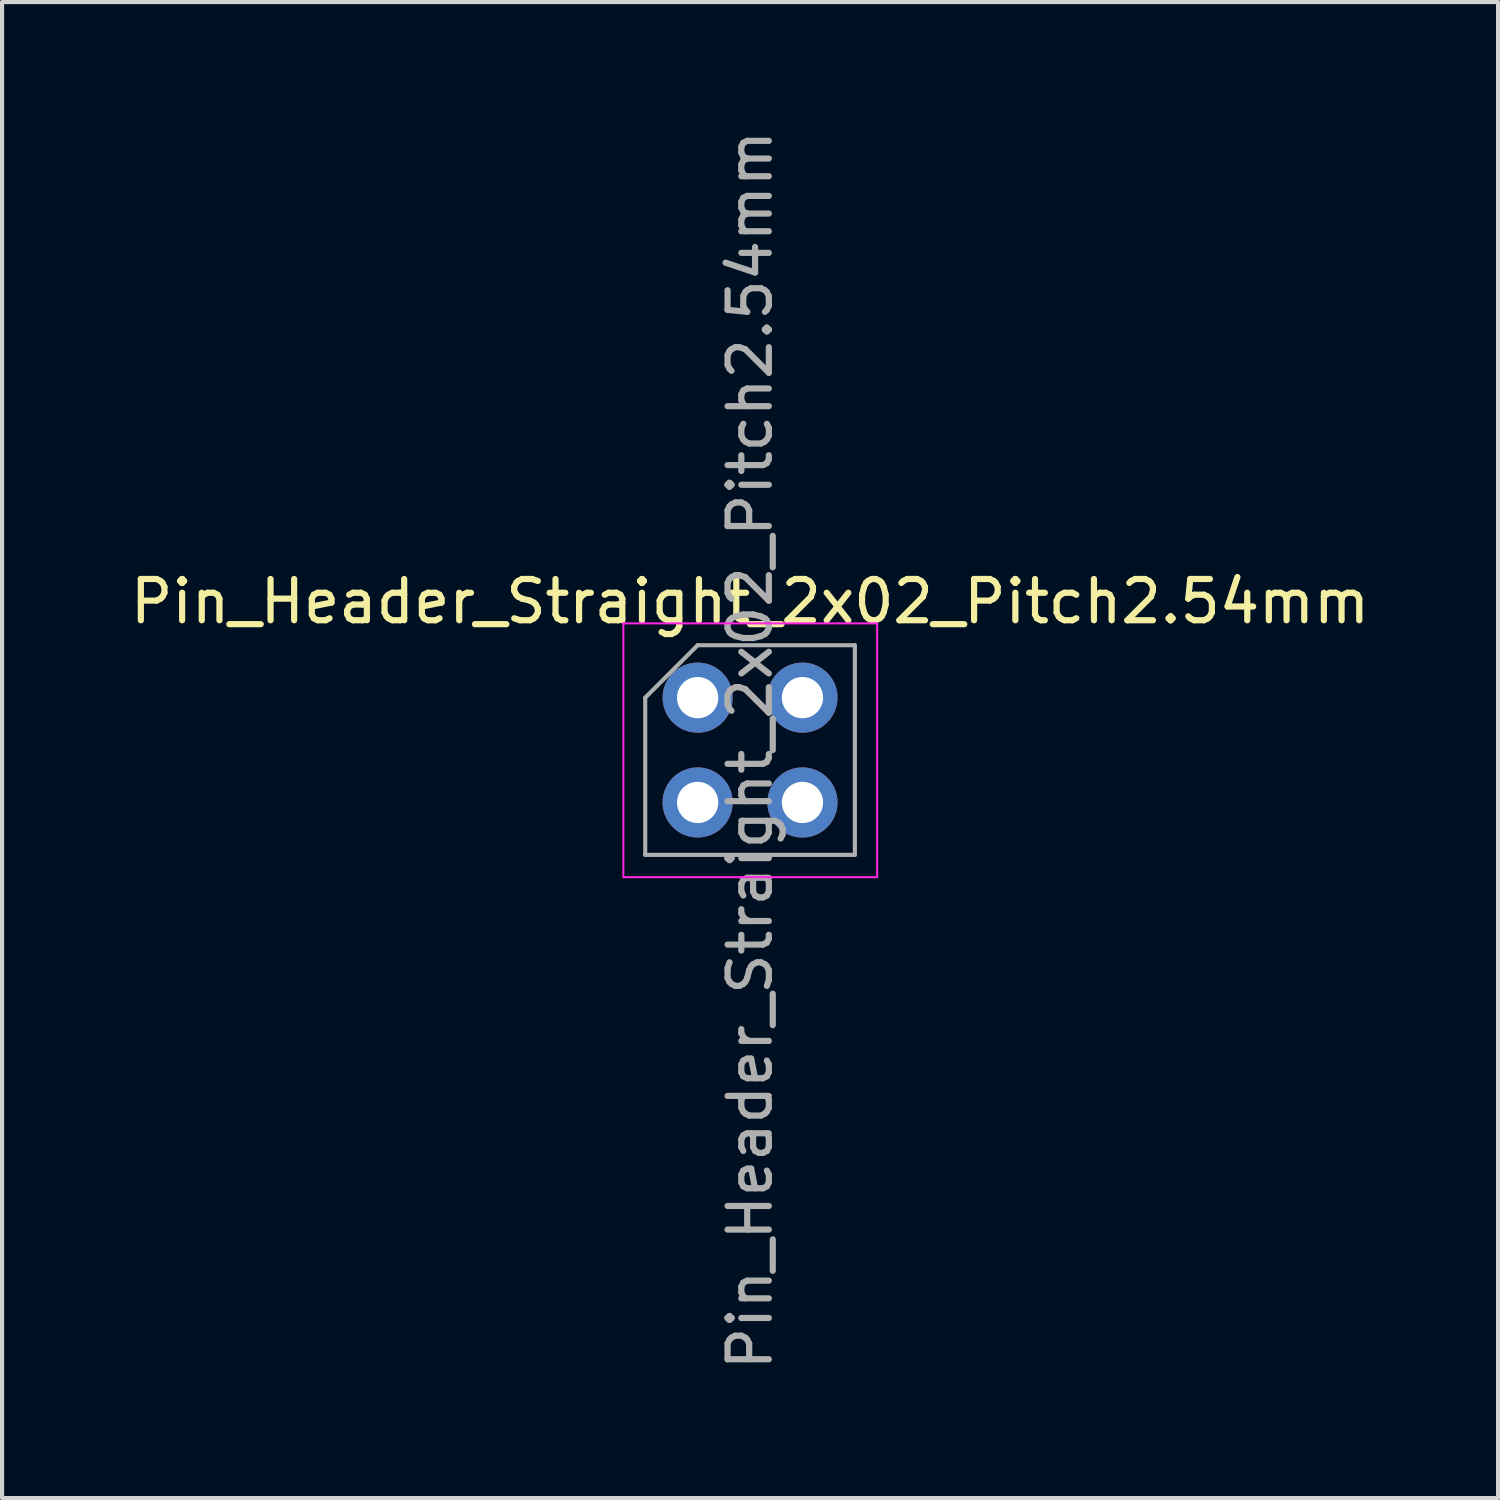
<source format=kicad_pcb>
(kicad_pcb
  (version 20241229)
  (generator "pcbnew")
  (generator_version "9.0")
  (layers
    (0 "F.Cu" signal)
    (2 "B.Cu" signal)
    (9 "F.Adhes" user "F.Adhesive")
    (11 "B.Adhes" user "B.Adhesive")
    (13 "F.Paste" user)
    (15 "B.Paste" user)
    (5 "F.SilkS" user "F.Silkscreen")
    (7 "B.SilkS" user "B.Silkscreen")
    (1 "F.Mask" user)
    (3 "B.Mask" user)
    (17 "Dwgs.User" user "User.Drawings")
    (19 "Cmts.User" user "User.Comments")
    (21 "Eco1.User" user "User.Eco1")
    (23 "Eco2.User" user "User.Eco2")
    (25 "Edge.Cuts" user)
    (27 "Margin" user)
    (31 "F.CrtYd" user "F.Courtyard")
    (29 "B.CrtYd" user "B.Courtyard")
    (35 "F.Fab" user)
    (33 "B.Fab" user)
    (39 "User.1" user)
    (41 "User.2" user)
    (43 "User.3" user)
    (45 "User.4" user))
  (footprint "Pin_Header_Straight_2x02_Pitch2.54mm"
    (layer "F.Cu")
    (at 13.855 13.855)
    (property "Reference" "Pin_Header_Straight_2x02_Pitch2.54mm" (at 1.27 -2.33 0) (layer "F.SilkS") (effects (font (size 1 1) (thickness 0.15))))
    (attr through_hole)
    (fp_line (start -1.8 -1.8) (end -1.8 4.35) (stroke (width 0.05) (type solid)) (layer "F.CrtYd"))
    (fp_line (start -1.8 4.35) (end 4.35 4.35) (stroke (width 0.05) (type solid)) (layer "F.CrtYd"))
    (fp_line (start 4.35 -1.8) (end -1.8 -1.8) (stroke (width 0.05) (type solid)) (layer "F.CrtYd"))
    (fp_line (start 4.35 4.35) (end 4.35 -1.8) (stroke (width 0.05) (type solid)) (layer "F.CrtYd"))
    (fp_line (start -1.27 0) (end 0 -1.27) (stroke (width 0.1) (type solid)) (layer "F.Fab"))
    (fp_line (start -1.27 3.81) (end -1.27 0) (stroke (width 0.1) (type solid)) (layer "F.Fab"))
    (fp_line (start 0 -1.27) (end 3.81 -1.27) (stroke (width 0.1) (type solid)) (layer "F.Fab"))
    (fp_line (start 3.81 -1.27) (end 3.81 3.81) (stroke (width 0.1) (type solid)) (layer "F.Fab"))
    (fp_line (start 3.81 3.81) (end -1.27 3.81) (stroke (width 0.1) (type solid)) (layer "F.Fab"))
    (fp_text user "${REFERENCE}" (at 1.27 1.27 90) (layer "F.Fab") (effects (font (size 1 1) (thickness 0.15))))
    (pad "1" thru_hole oval (at 0 0) (size 1.7 1.7) (drill 1) (layers "*.Cu" "*.Mask"))
    (pad "2" thru_hole oval (at 2.54 0) (size 1.7 1.7) (drill 1) (layers "*.Cu" "*.Mask"))
    (pad "3" thru_hole oval (at 0 2.54) (size 1.7 1.7) (drill 1) (layers "*.Cu" "*.Mask"))
    (pad "4" thru_hole oval (at 2.54 2.54) (size 1.7 1.7) (drill 1) (layers "*.Cu" "*.Mask")))
  (gr_rect
    (start -3 -3)
    (end 33.25 33.25)
    (stroke (width 0.1) (type default))
    (fill no)
    (layer "Edge.Cuts")))
</source>
